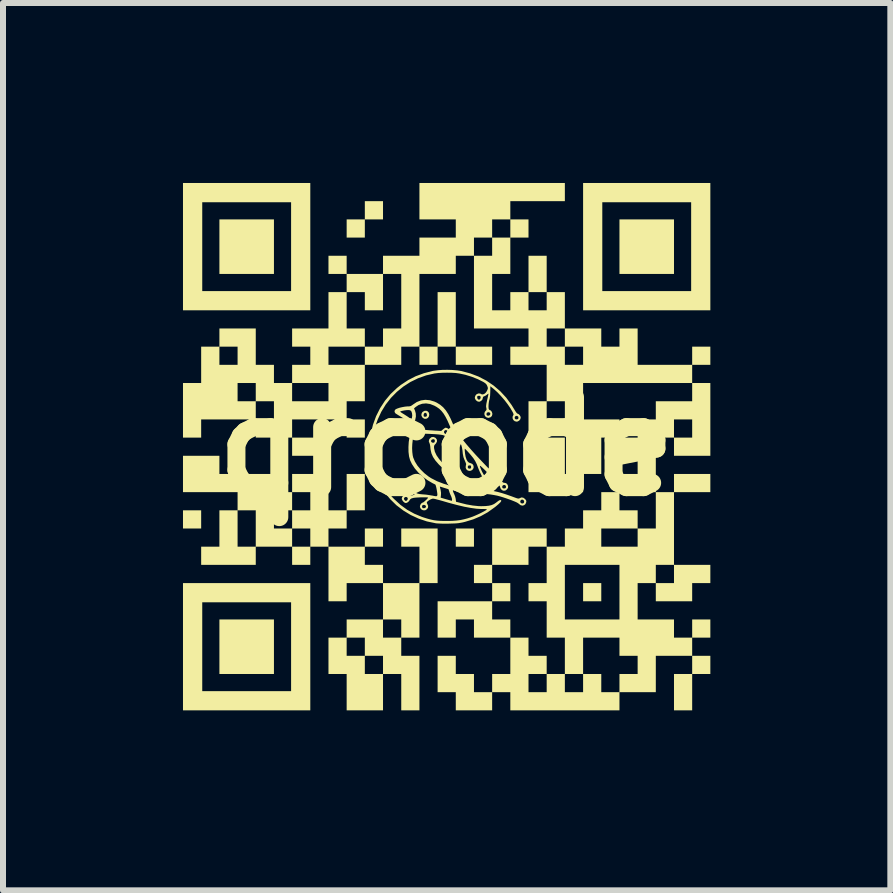
<source format=kicad_pcb>
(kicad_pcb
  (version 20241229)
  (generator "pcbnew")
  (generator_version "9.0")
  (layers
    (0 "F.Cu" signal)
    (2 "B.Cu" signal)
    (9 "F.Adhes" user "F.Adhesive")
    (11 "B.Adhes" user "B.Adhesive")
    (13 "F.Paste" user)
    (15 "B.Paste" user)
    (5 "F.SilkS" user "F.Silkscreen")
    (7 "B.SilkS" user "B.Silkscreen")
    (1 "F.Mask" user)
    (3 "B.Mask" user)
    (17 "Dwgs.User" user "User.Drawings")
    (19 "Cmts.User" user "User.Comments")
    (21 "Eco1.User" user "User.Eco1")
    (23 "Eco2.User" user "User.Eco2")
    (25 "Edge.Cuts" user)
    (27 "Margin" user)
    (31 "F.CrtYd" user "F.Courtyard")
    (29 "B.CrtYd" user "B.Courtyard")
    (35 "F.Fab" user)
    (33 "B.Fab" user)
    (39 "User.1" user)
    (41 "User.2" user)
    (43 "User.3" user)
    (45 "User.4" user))
  (footprint "qrcode"
    (layer "F.Cu")
    (at 4.391 4.391)
    (property "Reference" "qrcode" (at 0 0 0) (layer "F.SilkS") (effects (font (size 1.5 1.5) (thickness 0.3))))
    (attr board_only exclude_from_pos_files exclude_from_bom)
    (fp_poly (pts (xy -4.088 1.217) (xy -4.088 1.368) (xy -4.239 1.368) (xy -4.391 1.368) (xy -4.391 1.217) (xy -4.391 1.065) (xy -4.239 1.065) (xy -4.088 1.065)) (stroke (width 0) (type solid)) (fill yes) (layer "F.SilkS"))
    (fp_poly (pts (xy -2.875 -3.33) (xy -2.875 -2.875) (xy -3.33 -2.875) (xy -3.784 -2.875) (xy -3.784 -3.33) (xy -3.784 -3.784) (xy -3.33 -3.784) (xy -2.875 -3.784)) (stroke (width 0) (type solid)) (fill yes) (layer "F.SilkS"))
    (fp_poly (pts (xy -2.875 3.338) (xy -2.875 3.793) (xy -3.33 3.793) (xy -3.784 3.793) (xy -3.784 3.338) (xy -3.784 2.884) (xy -3.33 2.884) (xy -2.875 2.884)) (stroke (width 0) (type solid)) (fill yes) (layer "F.SilkS"))
    (fp_poly (pts (xy -1.966 0.004) (xy -1.966 0.156) (xy -2.269 0.156) (xy -2.572 0.156) (xy -2.572 0.004) (xy -2.572 -0.147) (xy -2.269 -0.147) (xy -1.966 -0.147)) (stroke (width 0) (type solid)) (fill yes) (layer "F.SilkS"))
    (fp_poly (pts (xy -1.36 -0.299) (xy -1.36 -0.147) (xy -1.511 -0.147) (xy -1.663 -0.147) (xy -1.663 -0.299) (xy -1.663 -0.45) (xy -1.511 -0.45) (xy -1.36 -0.45)) (stroke (width 0) (type solid)) (fill yes) (layer "F.SilkS"))
    (fp_poly (pts (xy 0.459 1.52) (xy 0.459 1.671) (xy 0.307 1.671) (xy 0.156 1.671) (xy 0.156 1.52) (xy 0.156 1.368) (xy 0.307 1.368) (xy 0.459 1.368)) (stroke (width 0) (type solid)) (fill yes) (layer "F.SilkS"))
    (fp_poly (pts (xy 0.762 -1.511) (xy 0.762 -1.36) (xy 0.459 -1.36) (xy 0.156 -1.36) (xy 0.156 -1.511) (xy 0.156 -1.663) (xy 0.459 -1.663) (xy 0.762 -1.663)) (stroke (width 0) (type solid)) (fill yes) (layer "F.SilkS"))
    (fp_poly (pts (xy 2.581 2.429) (xy 2.581 2.581) (xy 2.429 2.581) (xy 2.278 2.581) (xy 2.278 2.429) (xy 2.278 2.278) (xy 2.429 2.278) (xy 2.581 2.278)) (stroke (width 0) (type solid)) (fill yes) (layer "F.SilkS"))
    (fp_poly (pts (xy 3.793 -3.33) (xy 3.793 -2.875) (xy 3.338 -2.875) (xy 2.884 -2.875) (xy 2.884 -3.33) (xy 2.884 -3.784) (xy 3.338 -3.784) (xy 3.793 -3.784)) (stroke (width 0) (type solid)) (fill yes) (layer "F.SilkS"))
    (fp_poly (pts (xy -1.057 -3.936) (xy -1.057 -3.784) (xy -1.208 -3.784) (xy -1.36 -3.784) (xy -1.36 -3.633) (xy -1.36 -3.481) (xy -1.511 -3.481) (xy -1.663 -3.481) (xy -1.663 -3.633) (xy -1.663 -3.784) (xy -1.511 -3.784) (xy -1.36 -3.784) (xy -1.36 -3.936) (xy -1.36 -4.088) (xy -1.208 -4.088) (xy -1.057 -4.088)) (stroke (width 0) (type solid)) (fill yes) (layer "F.SilkS"))
    (fp_poly (pts (xy 4.399 3.642) (xy 4.399 3.793) (xy 4.248 3.793) (xy 4.096 3.793) (xy 4.096 4.096) (xy 4.096 4.399) (xy 3.945 4.399) (xy 3.793 4.399) (xy 3.793 4.096) (xy 3.793 3.793) (xy 3.945 3.793) (xy 4.096 3.793) (xy 4.096 3.642) (xy 4.096 3.49) (xy 4.248 3.49) (xy 4.399 3.49)) (stroke (width 0) (type solid)) (fill yes) (layer "F.SilkS"))
    (fp_poly (pts (xy -2.269 -3.33) (xy -2.269 -2.269) (xy -3.33 -2.269) (xy -4.391 -2.269) (xy -4.391 -3.33) (xy -4.07 -3.33) (xy -4.07 -2.589) (xy -3.33 -2.589) (xy -2.589 -2.589) (xy -2.589 -3.33) (xy -2.589 -4.07) (xy -3.33 -4.07) (xy -4.07 -4.07) (xy -4.07 -3.33) (xy -4.391 -3.33) (xy -4.391 -4.391) (xy -3.33 -4.391) (xy -2.269 -4.391)) (stroke (width 0) (type solid)) (fill yes) (layer "F.SilkS"))
    (fp_poly (pts (xy -2.269 3.338) (xy -2.269 4.399) (xy -3.33 4.399) (xy -4.391 4.399) (xy -4.391 3.338) (xy -4.07 3.338) (xy -4.07 4.079) (xy -3.33 4.079) (xy -2.589 4.079) (xy -2.589 3.338) (xy -2.589 2.598) (xy -3.33 2.598) (xy -4.07 2.598) (xy -4.07 3.338) (xy -4.391 3.338) (xy -4.391 2.278) (xy -3.33 2.278) (xy -2.269 2.278)) (stroke (width 0) (type solid)) (fill yes) (layer "F.SilkS"))
    (fp_poly (pts (xy 4.399 -3.33) (xy 4.399 -2.269) (xy 3.338 -2.269) (xy 2.278 -2.269) (xy 2.278 -3.33) (xy 2.598 -3.33) (xy 2.598 -2.589) (xy 3.338 -2.589) (xy 4.079 -2.589) (xy 4.079 -3.33) (xy 4.079 -4.07) (xy 3.338 -4.07) (xy 2.598 -4.07) (xy 2.598 -3.33) (xy 2.278 -3.33) (xy 2.278 -4.391) (xy 3.338 -4.391) (xy 4.399 -4.391)) (stroke (width 0) (type solid)) (fill yes) (layer "F.SilkS"))
    (fp_poly (pts (xy 1.065 2.429) (xy 1.065 2.581) (xy 0.914 2.581) (xy 0.762 2.581) (xy 0.762 2.732) (xy 0.762 2.884) (xy 0.914 2.884) (xy 1.065 2.884) (xy 1.065 3.035) (xy 1.065 3.187) (xy 0.762 3.187) (xy 0.459 3.187) (xy 0.459 3.035) (xy 0.459 2.884) (xy 0.307 2.884) (xy 0.156 2.884) (xy 0.156 3.035) (xy 0.156 3.187) (xy 0.004 3.187) (xy -0.147 3.187) (xy -0.147 2.884) (xy -0.147 2.581) (xy 0.307 2.581) (xy 0.762 2.581) (xy 0.762 2.429) (xy 0.762 2.278) (xy 0.914 2.278) (xy 1.065 2.278)) (stroke (width 0) (type solid)) (fill yes) (layer "F.SilkS"))
    (fp_poly (pts (xy -0.31 -0.583) (xy -0.292 -0.56) (xy -0.286 -0.529) (xy -0.293 -0.497) (xy -0.311 -0.474) (xy -0.336 -0.461) (xy -0.364 -0.46) (xy -0.391 -0.474) (xy -0.398 -0.481) (xy -0.416 -0.51) (xy -0.416 -0.517) (xy -0.381 -0.517) (xy -0.376 -0.5) (xy -0.375 -0.499) (xy -0.362 -0.495) (xy -0.347 -0.495) (xy -0.331 -0.501) (xy -0.325 -0.515) (xy -0.325 -0.523) (xy -0.33 -0.546) (xy -0.343 -0.559) (xy -0.36 -0.559) (xy -0.367 -0.555) (xy -0.378 -0.538) (xy -0.381 -0.517) (xy -0.416 -0.517) (xy -0.417 -0.54) (xy -0.403 -0.569) (xy -0.395 -0.577) (xy -0.366 -0.593) (xy -0.336 -0.595)) (stroke (width 0) (type solid)) (fill yes) (layer "F.SilkS"))
    (fp_poly (pts (xy -3.784 0.307) (xy -3.784 0.459) (xy -3.33 0.459) (xy -2.875 0.459) (xy -2.875 0.611) (xy -2.875 0.762) (xy -2.724 0.762) (xy -2.572 0.762) (xy -2.572 0.611) (xy -2.572 0.459) (xy -2.269 0.459) (xy -1.966 0.459) (xy -1.966 0.762) (xy -1.966 1.065) (xy -1.814 1.065) (xy -1.663 1.065) (xy -1.663 0.762) (xy -1.663 0.459) (xy -1.511 0.459) (xy -1.36 0.459) (xy -1.36 0.762) (xy -1.36 1.065) (xy -1.511 1.065) (xy -1.663 1.065) (xy -1.663 1.217) (xy -1.663 1.368) (xy -1.814 1.368) (xy -1.966 1.368) (xy -1.966 1.52) (xy -1.966 1.671) (xy -1.663 1.671) (xy -1.36 1.671) (xy -1.36 1.52) (xy -1.36 1.368) (xy -1.208 1.368) (xy -1.057 1.368) (xy -1.057 1.52) (xy -1.057 1.671) (xy -1.208 1.671) (xy -1.36 1.671) (xy -1.36 1.823) (xy -1.36 1.974) (xy -1.208 1.974) (xy -1.057 1.974) (xy -1.057 2.126) (xy -1.057 2.278) (xy -0.753 2.278) (xy -0.45 2.278) (xy -0.45 1.974) (xy -0.45 1.671) (xy -0.602 1.671) (xy -0.753 1.671) (xy -0.753 1.52) (xy -0.753 1.368) (xy -0.45 1.368) (xy -0.147 1.368) (xy -0.147 1.823) (xy -0.147 2.278) (xy -0.299 2.278) (xy -0.45 2.278) (xy -0.45 2.732) (xy -0.45 3.187) (xy -0.602 3.187) (xy -0.753 3.187) (xy -0.753 3.338) (xy -0.753 3.49) (xy -0.602 3.49) (xy -0.45 3.49) (xy -0.45 3.945) (xy -0.45 4.399) (xy -0.602 4.399) (xy -0.753 4.399) (xy -0.753 4.096) (xy -0.753 3.793) (xy -0.905 3.793) (xy -1.057 3.793) (xy -1.057 4.096) (xy -1.057 4.399) (xy -1.36 4.399) (xy -1.663 4.399) (xy -1.663 4.096) (xy -1.663 3.793) (xy -1.814 3.793) (xy -1.966 3.793) (xy -1.966 3.642) (xy -1.36 3.642) (xy -1.36 3.793) (xy -1.208 3.793) (xy -1.057 3.793) (xy -1.057 3.642) (xy -1.057 3.49) (xy -1.208 3.49) (xy -1.36 3.49) (xy -1.36 3.642) (xy -1.966 3.642) (xy -1.966 3.49) (xy -1.966 3.338) (xy -1.663 3.338) (xy -1.663 3.49) (xy -1.511 3.49) (xy -1.36 3.49) (xy -1.36 3.338) (xy -1.36 3.187) (xy -1.511 3.187) (xy -1.663 3.187) (xy -1.663 3.338) (xy -1.966 3.338) (xy -1.966 3.187) (xy -1.814 3.187) (xy -1.663 3.187) (xy -1.663 3.035) (xy -1.057 3.035) (xy -1.057 3.187) (xy -0.905 3.187) (xy -0.753 3.187) (xy -0.753 3.035) (xy -0.753 2.884) (xy -0.905 2.884) (xy -1.057 2.884) (xy -1.057 3.035) (xy -1.663 3.035) (xy -1.663 2.884) (xy -1.36 2.884) (xy -1.057 2.884) (xy -1.057 2.581) (xy -1.057 2.278) (xy -1.36 2.278) (xy -1.663 2.278) (xy -1.663 2.429) (xy -1.663 2.581) (xy -1.814 2.581) (xy -1.966 2.581) (xy -1.966 2.126) (xy -1.966 1.671) (xy -2.117 1.671) (xy -2.269 1.671) (xy -2.269 1.823) (xy -2.269 1.974) (xy -2.42 1.974) (xy -2.572 1.974) (xy -2.572 1.823) (xy -2.572 1.671) (xy -2.875 1.671) (xy -3.178 1.671) (xy -3.178 1.823) (xy -3.178 1.974) (xy -3.633 1.974) (xy -4.088 1.974) (xy -4.088 1.823) (xy -4.088 1.671) (xy -3.936 1.671) (xy -3.784 1.671) (xy -3.784 1.368) (xy -3.481 1.368) (xy -3.481 1.671) (xy -3.33 1.671) (xy -3.178 1.671) (xy -3.178 1.52) (xy -2.572 1.52) (xy -2.572 1.671) (xy -2.42 1.671) (xy -2.269 1.671) (xy -2.269 1.52) (xy -2.269 1.368) (xy -2.42 1.368) (xy -2.572 1.368) (xy -2.572 1.52) (xy -3.178 1.52) (xy -3.178 1.368) (xy -3.178 1.065) (xy -2.875 1.065) (xy -2.875 1.217) (xy -2.875 1.368) (xy -2.724 1.368) (xy -2.572 1.368) (xy -2.572 1.217) (xy -2.572 1.065) (xy -2.42 1.065) (xy -2.269 1.065) (xy -2.269 0.914) (xy -2.269 0.762) (xy -2.42 0.762) (xy -2.572 0.762) (xy -2.572 0.914) (xy -2.572 1.065) (xy -2.724 1.065) (xy -2.875 1.065) (xy -3.178 1.065) (xy -3.33 1.065) (xy -3.481 1.065) (xy -3.481 1.368) (xy -3.784 1.368) (xy -3.784 1.065) (xy -3.633 1.065) (xy -3.481 1.065) (xy -3.481 0.914) (xy -3.481 0.762) (xy -3.936 0.762) (xy -4.391 0.762) (xy -4.391 0.459) (xy -4.391 0.156) (xy -4.088 0.156) (xy -3.784 0.156)) (stroke (width 0) (type solid)) (fill yes) (layer "F.SilkS"))
    (fp_poly (pts (xy 1.974 -4.239) (xy 1.974 -4.088) (xy 1.52 -4.088) (xy 1.065 -4.088) (xy 1.065 -3.936) (xy 1.065 -3.784) (xy 0.914 -3.784) (xy 0.762 -3.784) (xy 0.762 -3.633) (xy 0.762 -3.481) (xy 0.611 -3.481) (xy 0.459 -3.481) (xy 0.459 -3.33) (xy 0.459 -3.178) (xy 0.611 -3.178) (xy 0.762 -3.178) (xy 0.762 -3.33) (xy 0.762 -3.481) (xy 0.914 -3.481) (xy 1.065 -3.481) (xy 1.065 -3.633) (xy 1.065 -3.784) (xy 1.217 -3.784) (xy 1.368 -3.784) (xy 1.368 -3.633) (xy 1.368 -3.481) (xy 1.217 -3.481) (xy 1.065 -3.481) (xy 1.065 -3.178) (xy 1.065 -2.875) (xy 0.914 -2.875) (xy 0.762 -2.875) (xy 0.762 -2.572) (xy 0.762 -2.269) (xy 0.914 -2.269) (xy 1.065 -2.269) (xy 1.065 -2.42) (xy 1.065 -2.572) (xy 1.217 -2.572) (xy 1.368 -2.572) (xy 1.368 -2.875) (xy 1.368 -3.178) (xy 1.52 -3.178) (xy 1.671 -3.178) (xy 1.671 -2.875) (xy 1.671 -2.572) (xy 1.52 -2.572) (xy 1.368 -2.572) (xy 1.368 -2.42) (xy 1.368 -2.269) (xy 1.52 -2.269) (xy 1.671 -2.269) (xy 1.671 -2.42) (xy 1.671 -2.572) (xy 1.823 -2.572) (xy 1.974 -2.572) (xy 1.974 -2.269) (xy 1.974 -1.966) (xy 1.823 -1.966) (xy 1.671 -1.966) (xy 1.671 -1.814) (xy 1.671 -1.663) (xy 1.823 -1.663) (xy 1.974 -1.663) (xy 1.974 -1.814) (xy 1.974 -1.966) (xy 2.278 -1.966) (xy 2.581 -1.966) (xy 2.581 -1.814) (xy 2.581 -1.663) (xy 2.732 -1.663) (xy 2.884 -1.663) (xy 2.884 -1.814) (xy 2.884 -1.966) (xy 3.035 -1.966) (xy 3.187 -1.966) (xy 3.187 -1.663) (xy 3.187 -1.36) (xy 3.642 -1.36) (xy 4.096 -1.36) (xy 4.096 -1.511) (xy 4.096 -1.663) (xy 4.248 -1.663) (xy 4.399 -1.663) (xy 4.399 -1.511) (xy 4.399 -1.36) (xy 4.248 -1.36) (xy 4.096 -1.36) (xy 4.096 -1.208) (xy 4.096 -1.057) (xy 3.187 -1.057) (xy 2.278 -1.057) (xy 2.278 -0.753) (xy 2.278 -0.45) (xy 2.126 -0.45) (xy 1.974 -0.45) (xy 1.974 -0.602) (xy 1.974 -0.753) (xy 1.823 -0.753) (xy 1.671 -0.753) (xy 1.671 -0.45) (xy 1.671 -0.147) (xy 1.823 -0.147) (xy 1.974 -0.147) (xy 1.974 0.156) (xy 1.974 0.459) (xy 2.126 0.459) (xy 2.278 0.459) (xy 2.278 0.004) (xy 2.278 -0.45) (xy 2.581 -0.45) (xy 2.884 -0.45) (xy 2.884 -0.299) (xy 2.884 -0.147) (xy 3.035 -0.147) (xy 3.187 -0.147) (xy 3.187 -0.299) (xy 3.793 -0.299) (xy 3.793 -0.147) (xy 3.945 -0.147) (xy 4.096 -0.147) (xy 4.096 -0.299) (xy 4.096 -0.45) (xy 3.945 -0.45) (xy 3.793 -0.45) (xy 3.793 -0.299) (xy 3.187 -0.299) (xy 3.187 -0.45) (xy 3.338 -0.45) (xy 3.49 -0.45) (xy 3.49 -0.602) (xy 3.49 -0.753) (xy 3.793 -0.753) (xy 4.096 -0.753) (xy 4.096 -0.905) (xy 4.096 -1.057) (xy 4.248 -1.057) (xy 4.399 -1.057) (xy 4.399 -0.45) (xy 4.399 0.156) (xy 4.096 0.156) (xy 3.793 0.156) (xy 3.793 0.004) (xy 3.793 -0.147) (xy 3.642 -0.147) (xy 3.49 -0.147) (xy 3.49 0.307) (xy 3.49 0.762) (xy 3.642 0.762) (xy 3.793 0.762) (xy 3.793 0.611) (xy 3.793 0.459) (xy 4.096 0.459) (xy 4.399 0.459) (xy 4.399 0.611) (xy 4.399 0.762) (xy 4.096 0.762) (xy 3.793 0.762) (xy 3.793 1.368) (xy 3.793 1.974) (xy 3.642 1.974) (xy 3.49 1.974) (xy 3.49 2.126) (xy 3.49 2.278) (xy 3.642 2.278) (xy 3.793 2.278) (xy 3.793 2.126) (xy 3.793 1.974) (xy 4.096 1.974) (xy 4.399 1.974) (xy 4.399 2.126) (xy 4.399 2.278) (xy 4.248 2.278) (xy 4.096 2.278) (xy 4.096 2.429) (xy 4.096 2.581) (xy 3.793 2.581) (xy 3.49 2.581) (xy 3.49 2.429) (xy 3.49 2.278) (xy 3.338 2.278) (xy 3.187 2.278) (xy 3.187 2.581) (xy 3.187 2.884) (xy 3.49 2.884) (xy 3.793 2.884) (xy 3.793 3.035) (xy 3.793 3.187) (xy 3.945 3.187) (xy 4.096 3.187) (xy 4.096 3.035) (xy 4.096 2.884) (xy 4.248 2.884) (xy 4.399 2.884) (xy 4.399 3.035) (xy 4.399 3.187) (xy 4.248 3.187) (xy 4.096 3.187) (xy 4.096 3.338) (xy 4.096 3.49) (xy 3.793 3.49) (xy 3.49 3.49) (xy 3.49 3.793) (xy 3.49 4.096) (xy 3.187 4.096) (xy 2.884 4.096) (xy 2.884 4.248) (xy 2.884 4.399) (xy 1.974 4.399) (xy 1.065 4.399) (xy 1.065 4.248) (xy 1.065 4.096) (xy 0.914 4.096) (xy 0.762 4.096) (xy 0.762 4.248) (xy 0.762 4.399) (xy 0.459 4.399) (xy 0.156 4.399) (xy 0.156 4.248) (xy 0.156 4.096) (xy 0.004 4.096) (xy -0.147 4.096) (xy -0.147 3.793) (xy -0.147 3.49) (xy 0.004 3.49) (xy 0.156 3.49) (xy 0.156 3.642) (xy 0.156 3.793) (xy 0.307 3.793) (xy 0.459 3.793) (xy 0.459 3.945) (xy 0.459 4.096) (xy 0.611 4.096) (xy 0.762 4.096) (xy 0.762 3.945) (xy 0.762 3.793) (xy 0.914 3.793) (xy 1.065 3.793) (xy 1.065 3.49) (xy 1.065 3.187) (xy 1.217 3.187) (xy 1.368 3.187) (xy 1.368 3.338) (xy 1.368 3.49) (xy 1.52 3.49) (xy 1.671 3.49) (xy 1.671 3.642) (xy 1.671 3.793) (xy 1.52 3.793) (xy 1.368 3.793) (xy 1.368 3.945) (xy 1.368 4.096) (xy 1.52 4.096) (xy 1.671 4.096) (xy 1.671 3.945) (xy 1.671 3.793) (xy 1.823 3.793) (xy 1.974 3.793) (xy 1.974 3.945) (xy 1.974 4.096) (xy 2.126 4.096) (xy 2.278 4.096) (xy 2.278 3.945) (xy 2.278 3.793) (xy 2.429 3.793) (xy 2.581 3.793) (xy 2.581 3.945) (xy 2.581 4.096) (xy 2.732 4.096) (xy 2.884 4.096) (xy 2.884 3.945) (xy 2.884 3.793) (xy 3.035 3.793) (xy 3.187 3.793) (xy 3.187 3.642) (xy 3.187 3.49) (xy 3.035 3.49) (xy 2.884 3.49) (xy 2.884 3.338) (xy 2.884 3.187) (xy 2.581 3.187) (xy 2.278 3.187) (xy 2.278 3.49) (xy 2.278 3.793) (xy 2.126 3.793) (xy 1.974 3.793) (xy 1.974 3.49) (xy 1.974 3.187) (xy 1.823 3.187) (xy 1.671 3.187) (xy 1.671 2.884) (xy 1.671 2.581) (xy 1.52 2.581) (xy 1.368 2.581) (xy 1.368 2.429) (xy 1.974 2.429) (xy 1.974 2.884) (xy 2.429 2.884) (xy 2.884 2.884) (xy 2.884 2.429) (xy 2.884 1.974) (xy 2.429 1.974) (xy 1.974 1.974) (xy 1.974 2.429) (xy 1.368 2.429) (xy 1.368 2.278) (xy 1.52 2.278) (xy 1.671 2.278) (xy 1.671 1.974) (xy 1.671 1.671) (xy 1.52 1.671) (xy 1.368 1.671) (xy 1.368 1.823) (xy 1.368 1.974) (xy 1.065 1.974) (xy 0.762 1.974) (xy 0.762 2.126) (xy 0.762 2.278) (xy 0.611 2.278) (xy 0.459 2.278) (xy 0.459 2.126) (xy 0.459 1.974) (xy 0.611 1.974) (xy 0.762 1.974) (xy 0.762 1.671) (xy 0.762 1.368) (xy 1.217 1.368) (xy 1.671 1.368) (xy 1.671 1.52) (xy 1.671 1.671) (xy 1.823 1.671) (xy 1.974 1.671) (xy 1.974 1.52) (xy 1.974 1.368) (xy 2.126 1.368) (xy 2.278 1.368) (xy 2.581 1.368) (xy 2.581 1.52) (xy 2.581 1.671) (xy 2.884 1.671) (xy 3.187 1.671) (xy 3.187 1.52) (xy 3.187 1.368) (xy 3.338 1.368) (xy 3.49 1.368) (xy 3.49 1.065) (xy 3.49 0.762) (xy 3.187 0.762) (xy 2.884 0.762) (xy 2.884 0.914) (xy 2.884 1.065) (xy 3.035 1.065) (xy 3.187 1.065) (xy 3.187 1.217) (xy 3.187 1.368) (xy 2.884 1.368) (xy 2.581 1.368) (xy 2.278 1.368) (xy 2.278 1.217) (xy 2.278 1.065) (xy 2.429 1.065) (xy 2.581 1.065) (xy 2.581 0.914) (xy 2.581 0.762) (xy 2.732 0.762) (xy 2.884 0.762) (xy 2.884 0.611) (xy 2.884 0.459) (xy 3.035 0.459) (xy 3.187 0.459) (xy 3.187 0.307) (xy 3.187 0.156) (xy 3.035 0.156) (xy 2.884 0.156) (xy 2.884 0.004) (xy 2.884 -0.147) (xy 2.732 -0.147) (xy 2.581 -0.147) (xy 2.581 0.156) (xy 2.581 0.459) (xy 2.429 0.459) (xy 2.278 0.459) (xy 2.278 0.611) (xy 2.278 0.762) (xy 1.823 0.762) (xy 1.368 0.762) (xy 1.368 0.004) (xy 1.368 -0.753) (xy 1.52 -0.753) (xy 1.671 -0.753) (xy 1.671 -1.057) (xy 1.671 -1.36) (xy 1.368 -1.36) (xy 1.065 -1.36) (xy 1.065 -1.511) (xy 1.974 -1.511) (xy 1.974 -1.36) (xy 2.126 -1.36) (xy 2.278 -1.36) (xy 2.278 -1.511) (xy 2.278 -1.663) (xy 2.126 -1.663) (xy 1.974 -1.663) (xy 1.974 -1.511) (xy 1.065 -1.511) (xy 1.065 -1.663) (xy 1.217 -1.663) (xy 1.368 -1.663) (xy 1.368 -1.814) (xy 1.368 -1.966) (xy 0.914 -1.966) (xy 0.459 -1.966) (xy 0.459 -2.572) (xy 0.459 -3.178) (xy 0.307 -3.178) (xy 0.156 -3.178) (xy 0.156 -3.027) (xy 0.156 -2.875) (xy -0.147 -2.875) (xy -0.45 -2.875) (xy -0.45 -2.269) (xy -0.45 -1.663) (xy -0.299 -1.663) (xy -0.147 -1.663) (xy -0.147 -2.117) (xy -0.147 -2.572) (xy 0.004 -2.572) (xy 0.156 -2.572) (xy 0.156 -2.117) (xy 0.156 -1.663) (xy 0.004 -1.663) (xy -0.147 -1.663) (xy -0.147 -1.511) (xy -0.147 -1.36) (xy -0.299 -1.36) (xy -0.45 -1.36) (xy -0.45 -1.511) (xy -0.45 -1.663) (xy -0.602 -1.663) (xy -0.753 -1.663) (xy -0.753 -1.511) (xy -0.753 -1.36) (xy -1.057 -1.36) (xy -1.36 -1.36) (xy -1.36 -1.057) (xy -1.36 -0.753) (xy -1.511 -0.753) (xy -1.663 -0.753) (xy -1.663 -0.602) (xy -1.663 -0.45) (xy -2.117 -0.45) (xy -2.572 -0.45) (xy -2.572 -0.299) (xy -2.572 -0.147) (xy -2.875 -0.147) (xy -3.178 -0.147) (xy -3.178 -0.299) (xy -3.178 -0.45) (xy -3.633 -0.45) (xy -4.088 -0.45) (xy -4.088 -0.299) (xy -4.088 -0.147) (xy -4.239 -0.147) (xy -4.391 -0.147) (xy -4.391 -0.602) (xy -3.178 -0.602) (xy -3.178 -0.45) (xy -3.027 -0.45) (xy -2.875 -0.45) (xy -2.875 -0.602) (xy -2.875 -0.753) (xy -3.027 -0.753) (xy -3.178 -0.753) (xy -3.178 -0.602) (xy -4.391 -0.602) (xy -4.391 -0.905) (xy -3.481 -0.905) (xy -3.481 -0.753) (xy -3.33 -0.753) (xy -3.178 -0.753) (xy -3.178 -0.905) (xy -2.572 -0.905) (xy -2.572 -0.753) (xy -2.269 -0.753) (xy -1.966 -0.753) (xy -1.966 -0.905) (xy -1.966 -1.057) (xy -2.269 -1.057) (xy -2.572 -1.057) (xy -2.572 -0.905) (xy -3.178 -0.905) (xy -3.178 -1.057) (xy -3.33 -1.057) (xy -3.481 -1.057) (xy -3.481 -0.905) (xy -4.391 -0.905) (xy -4.391 -1.057) (xy -4.239 -1.057) (xy -4.088 -1.057) (xy -4.088 -1.36) (xy -4.088 -1.511) (xy -3.784 -1.511) (xy -3.784 -1.36) (xy -3.633 -1.36) (xy -3.481 -1.36) (xy -3.481 -1.511) (xy -3.481 -1.663) (xy -3.633 -1.663) (xy -3.784 -1.663) (xy -3.784 -1.511) (xy -4.088 -1.511) (xy -4.088 -1.663) (xy -3.936 -1.663) (xy -3.784 -1.663) (xy -3.784 -1.814) (xy -3.784 -1.966) (xy -3.481 -1.966) (xy -3.178 -1.966) (xy -3.178 -1.663) (xy -3.178 -1.36) (xy -3.027 -1.36) (xy -2.875 -1.36) (xy -2.875 -1.208) (xy -2.875 -1.057) (xy -2.724 -1.057) (xy -2.572 -1.057) (xy -2.572 -1.208) (xy -2.572 -1.36) (xy -2.42 -1.36) (xy -2.269 -1.36) (xy -2.269 -1.511) (xy -2.269 -1.663) (xy -1.966 -1.663) (xy -1.966 -1.511) (xy -1.966 -1.36) (xy -1.663 -1.36) (xy -1.36 -1.36) (xy -1.36 -1.511) (xy -1.36 -1.663) (xy -1.208 -1.663) (xy -1.057 -1.663) (xy -1.057 -1.814) (xy -1.057 -1.966) (xy -0.905 -1.966) (xy -0.753 -1.966) (xy -0.753 -2.42) (xy -0.753 -2.875) (xy -0.905 -2.875) (xy -1.057 -2.875) (xy -1.057 -2.572) (xy -1.057 -2.269) (xy -1.208 -2.269) (xy -1.36 -2.269) (xy -1.36 -2.42) (xy -1.36 -2.572) (xy -1.511 -2.572) (xy -1.663 -2.572) (xy -1.663 -2.269) (xy -1.663 -1.966) (xy -1.511 -1.966) (xy -1.36 -1.966) (xy -1.36 -1.814) (xy -1.36 -1.663) (xy -1.663 -1.663) (xy -1.966 -1.663) (xy -2.269 -1.663) (xy -2.42 -1.663) (xy -2.572 -1.663) (xy -2.572 -1.814) (xy -2.572 -1.966) (xy -2.269 -1.966) (xy -1.966 -1.966) (xy -1.966 -2.269) (xy -1.966 -2.572) (xy -1.814 -2.572) (xy -1.663 -2.572) (xy -1.663 -2.724) (xy -1.663 -2.875) (xy -1.814 -2.875) (xy -1.966 -2.875) (xy -1.966 -3.027) (xy -1.966 -3.178) (xy -1.814 -3.178) (xy -1.663 -3.178) (xy -1.663 -3.027) (xy -1.663 -2.875) (xy -1.36 -2.875) (xy -1.057 -2.875) (xy -1.057 -3.027) (xy -1.057 -3.178) (xy -0.753 -3.178) (xy -0.45 -3.178) (xy -0.45 -3.33) (xy -0.45 -3.481) (xy -0.147 -3.481) (xy 0.156 -3.481) (xy 0.156 -3.633) (xy 0.156 -3.784) (xy -0.147 -3.784) (xy -0.45 -3.784) (xy -0.45 -4.088) (xy -0.45 -4.391) (xy 0.762 -4.391) (xy 1.974 -4.391)) (stroke (width 0) (type solid)) (fill yes) (layer "F.SilkS"))
    (fp_poly (pts (xy 0.104 -1.274) (xy 0.183 -1.267) (xy 0.247 -1.257) (xy 0.394 -1.218) (xy 0.534 -1.165) (xy 0.665 -1.097) (xy 0.786 -1.015) (xy 0.897 -0.92) (xy 0.997 -0.812) (xy 1.085 -0.692) (xy 1.126 -0.625) (xy 1.152 -0.583) (xy 1.171 -0.557) (xy 1.185 -0.546) (xy 1.187 -0.546) (xy 1.204 -0.538) (xy 1.222 -0.52) (xy 1.235 -0.497) (xy 1.238 -0.48) (xy 1.231 -0.453) (xy 1.211 -0.429) (xy 1.184 -0.415) (xy 1.169 -0.413) (xy 1.14 -0.42) (xy 1.117 -0.439) (xy 1.104 -0.464) (xy 1.103 -0.477) (xy 1.137 -0.477) (xy 1.139 -0.468) (xy 1.15 -0.454) (xy 1.169 -0.45) (xy 1.191 -0.455) (xy 1.2 -0.468) (xy 1.2 -0.488) (xy 1.195 -0.498) (xy 1.177 -0.51) (xy 1.157 -0.508) (xy 1.142 -0.496) (xy 1.137 -0.477) (xy 1.103 -0.477) (xy 1.102 -0.493) (xy 1.112 -0.516) (xy 1.118 -0.527) (xy 1.118 -0.54) (xy 1.11 -0.56) (xy 1.102 -0.576) (xy 1.067 -0.636) (xy 1.021 -0.703) (xy 0.968 -0.772) (xy 0.909 -0.84) (xy 0.85 -0.902) (xy 0.792 -0.955) (xy 0.766 -0.976) (xy 0.732 -1.003) (xy 0.731 -0.915) (xy 0.728 -0.846) (xy 0.72 -0.792) (xy 0.716 -0.78) (xy 0.708 -0.745) (xy 0.703 -0.706) (xy 0.701 -0.666) (xy 0.703 -0.634) (xy 0.707 -0.62) (xy 0.717 -0.608) (xy 0.723 -0.606) (xy 0.74 -0.598) (xy 0.755 -0.579) (xy 0.764 -0.553) (xy 0.766 -0.54) (xy 0.758 -0.508) (xy 0.737 -0.487) (xy 0.706 -0.477) (xy 0.698 -0.476) (xy 0.668 -0.484) (xy 0.646 -0.502) (xy 0.634 -0.528) (xy 0.634 -0.541) (xy 0.667 -0.541) (xy 0.67 -0.523) (xy 0.682 -0.513) (xy 0.701 -0.512) (xy 0.719 -0.519) (xy 0.728 -0.529) (xy 0.732 -0.549) (xy 0.721 -0.565) (xy 0.7 -0.57) (xy 0.694 -0.57) (xy 0.674 -0.561) (xy 0.667 -0.541) (xy 0.634 -0.541) (xy 0.633 -0.557) (xy 0.645 -0.583) (xy 0.653 -0.591) (xy 0.665 -0.605) (xy 0.669 -0.62) (xy 0.665 -0.642) (xy 0.661 -0.661) (xy 0.662 -0.684) (xy 0.666 -0.714) (xy 0.675 -0.756) (xy 0.679 -0.775) (xy 0.688 -0.814) (xy 0.695 -0.847) (xy 0.7 -0.87) (xy 0.701 -0.879) (xy 0.696 -0.878) (xy 0.681 -0.868) (xy 0.675 -0.862) (xy 0.652 -0.846) (xy 0.63 -0.836) (xy 0.627 -0.835) (xy 0.611 -0.826) (xy 0.606 -0.807) (xy 0.606 -0.805) (xy 0.599 -0.781) (xy 0.579 -0.759) (xy 0.553 -0.746) (xy 0.541 -0.745) (xy 0.514 -0.752) (xy 0.49 -0.772) (xy 0.476 -0.798) (xy 0.473 -0.813) (xy 0.476 -0.824) (xy 0.512 -0.824) (xy 0.515 -0.802) (xy 0.527 -0.785) (xy 0.541 -0.779) (xy 0.556 -0.785) (xy 0.563 -0.792) (xy 0.57 -0.81) (xy 0.57 -0.824) (xy 0.564 -0.839) (xy 0.548 -0.844) (xy 0.541 -0.844) (xy 0.522 -0.841) (xy 0.513 -0.83) (xy 0.512 -0.824) (xy 0.476 -0.824) (xy 0.481 -0.844) (xy 0.501 -0.869) (xy 0.53 -0.882) (xy 0.542 -0.883) (xy 0.563 -0.881) (xy 0.576 -0.875) (xy 0.576 -0.875) (xy 0.59 -0.867) (xy 0.612 -0.868) (xy 0.635 -0.878) (xy 0.642 -0.883) (xy 0.66 -0.901) (xy 0.676 -0.927) (xy 0.679 -0.934) (xy 0.689 -0.958) (xy 0.691 -0.975) (xy 0.685 -0.995) (xy 0.681 -1.007) (xy 0.67 -1.029) (xy 0.655 -1.047) (xy 0.631 -1.065) (xy 0.613 -1.076) (xy 0.523 -1.121) (xy 0.423 -1.161) (xy 0.316 -1.194) (xy 0.213 -1.216) (xy 0.155 -1.224) (xy 0.086 -1.228) (xy 0.01 -1.229) (xy -0.066 -1.228) (xy -0.137 -1.224) (xy -0.198 -1.216) (xy -0.2 -1.216) (xy -0.339 -1.184) (xy -0.473 -1.136) (xy -0.6 -1.074) (xy -0.718 -0.998) (xy -0.827 -0.909) (xy -0.925 -0.809) (xy -1.012 -0.698) (xy -1.086 -0.577) (xy -1.146 -0.447) (xy -1.168 -0.385) (xy -1.195 -0.296) (xy -1.213 -0.212) (xy -1.224 -0.127) (xy -1.229 -0.035) (xy -1.23 0.009) (xy -1.224 0.144) (xy -1.204 0.271) (xy -1.171 0.393) (xy -1.124 0.514) (xy -1.1 0.564) (xy -1.057 0.645) (xy -1.011 0.716) (xy -0.959 0.784) (xy -0.897 0.852) (xy -0.87 0.879) (xy -0.765 0.975) (xy -0.654 1.056) (xy -0.536 1.121) (xy -0.41 1.174) (xy -0.387 1.182) (xy -0.32 1.203) (xy -0.262 1.219) (xy -0.208 1.23) (xy -0.152 1.237) (xy -0.091 1.241) (xy -0.019 1.242) (xy 0.009 1.242) (xy 0.092 1.241) (xy 0.163 1.236) (xy 0.228 1.228) (xy 0.29 1.215) (xy 0.355 1.198) (xy 0.404 1.182) (xy 0.441 1.169) (xy 0.484 1.151) (xy 0.531 1.13) (xy 0.577 1.108) (xy 0.617 1.087) (xy 0.649 1.069) (xy 0.665 1.059) (xy 0.672 1.052) (xy 0.673 1.048) (xy 0.666 1.045) (xy 0.648 1.044) (xy 0.618 1.043) (xy 0.578 1.043) (xy 0.499 1.038) (xy 0.405 1.025) (xy 0.297 1.005) (xy 0.175 0.976) (xy 0.04 0.94) (xy -0.022 0.922) (xy -0.066 0.909) (xy -0.116 0.895) (xy -0.159 0.884) (xy -0.193 0.875) (xy -0.216 0.871) (xy -0.232 0.871) (xy -0.248 0.876) (xy -0.263 0.882) (xy -0.289 0.897) (xy -0.311 0.913) (xy -0.316 0.917) (xy -0.326 0.931) (xy -0.327 0.943) (xy -0.318 0.961) (xy -0.305 0.992) (xy -0.307 1.019) (xy -0.321 1.042) (xy -0.345 1.061) (xy -0.373 1.066) (xy -0.401 1.06) (xy -0.425 1.043) (xy -0.439 1.017) (xy -0.442 0.999) (xy -0.441 0.997) (xy -0.407 0.997) (xy -0.404 1.018) (xy -0.392 1.028) (xy -0.373 1.03) (xy -0.353 1.023) (xy -0.346 1.017) (xy -0.34 0.999) (xy -0.348 0.984) (xy -0.367 0.975) (xy -0.378 0.974) (xy -0.399 0.98) (xy -0.407 0.997) (xy -0.441 0.997) (xy -0.436 0.976) (xy -0.422 0.954) (xy -0.404 0.939) (xy -0.392 0.935) (xy -0.382 0.93) (xy -0.365 0.916) (xy -0.345 0.898) (xy -0.325 0.879) (xy -0.311 0.863) (xy -0.305 0.853) (xy -0.305 0.852) (xy -0.317 0.85) (xy -0.341 0.848) (xy -0.375 0.848) (xy -0.415 0.848) (xy -0.456 0.85) (xy -0.495 0.852) (xy -0.528 0.855) (xy -0.551 0.858) (xy -0.582 0.867) (xy -0.6 0.878) (xy -0.611 0.893) (xy -0.631 0.92) (xy -0.656 0.938) (xy -0.678 0.944) (xy -0.698 0.937) (xy -0.719 0.919) (xy -0.736 0.896) (xy -0.745 0.874) (xy -0.745 0.871) (xy -0.744 0.868) (xy -0.708 0.868) (xy -0.705 0.884) (xy -0.692 0.9) (xy -0.678 0.909) (xy -0.675 0.909) (xy -0.664 0.904) (xy -0.654 0.895) (xy -0.643 0.875) (xy -0.649 0.855) (xy -0.66 0.845) (xy -0.68 0.842) (xy -0.699 0.851) (xy -0.708 0.868) (xy -0.744 0.868) (xy -0.737 0.843) (xy -0.718 0.821) (xy -0.69 0.809) (xy -0.661 0.808) (xy -0.636 0.818) (xy -0.623 0.825) (xy -0.608 0.826) (xy -0.585 0.821) (xy -0.573 0.817) (xy -0.529 0.804) (xy -0.558 0.779) (xy -0.581 0.763) (xy -0.603 0.754) (xy -0.609 0.753) (xy -0.634 0.746) (xy -0.652 0.726) (xy -0.663 0.7) (xy -0.664 0.683) (xy -0.632 0.683) (xy -0.625 0.704) (xy -0.609 0.716) (xy -0.589 0.717) (xy -0.572 0.706) (xy -0.566 0.687) (xy -0.572 0.667) (xy -0.586 0.655) (xy -0.605 0.654) (xy -0.623 0.665) (xy -0.632 0.681) (xy -0.632 0.683) (xy -0.664 0.683) (xy -0.665 0.672) (xy -0.654 0.647) (xy -0.65 0.641) (xy -0.622 0.623) (xy -0.593 0.619) (xy -0.566 0.627) (xy -0.544 0.645) (xy -0.532 0.671) (xy -0.532 0.702) (xy -0.535 0.712) (xy -0.541 0.733) (xy -0.536 0.748) (xy -0.527 0.759) (xy -0.509 0.774) (xy -0.485 0.785) (xy -0.453 0.793) (xy -0.408 0.798) (xy -0.379 0.8) (xy -0.335 0.804) (xy -0.287 0.811) (xy -0.246 0.818) (xy -0.242 0.818) (xy -0.204 0.826) (xy -0.179 0.83) (xy -0.164 0.829) (xy -0.156 0.824) (xy -0.152 0.813) (xy -0.151 0.81) (xy -0.151 0.795) (xy -0.154 0.769) (xy -0.159 0.737) (xy -0.165 0.703) (xy -0.172 0.671) (xy -0.173 0.67) (xy -0.11 0.67) (xy -0.108 0.678) (xy -0.104 0.698) (xy -0.098 0.719) (xy -0.09 0.77) (xy -0.091 0.81) (xy -0.096 0.854) (xy -0.003 0.881) (xy 0.091 0.907) (xy 0.094 0.887) (xy 0.091 0.867) (xy 0.083 0.841) (xy 0.08 0.834) (xy 0.067 0.805) (xy 0.053 0.771) (xy 0.049 0.757) (xy 0.034 0.713) (xy -0.037 0.691) (xy -0.069 0.681) (xy -0.094 0.673) (xy -0.108 0.67) (xy -0.11 0.67) (xy -0.173 0.67) (xy -0.179 0.648) (xy -0.184 0.637) (xy -0.192 0.632) (xy -0.212 0.622) (xy -0.234 0.611) (xy -0.317 0.562) (xy -0.395 0.504) (xy -0.466 0.438) (xy -0.527 0.367) (xy -0.575 0.294) (xy -0.606 0.229) (xy -0.623 0.166) (xy -0.632 0.092) (xy -0.633 0.01) (xy -0.628 -0.076) (xy -0.614 -0.162) (xy -0.598 -0.229) (xy -0.592 -0.25) (xy -0.039 -0.25) (xy -0.039 -0.229) (xy -0.027 -0.214) (xy -0.008 -0.208) (xy 0.011 -0.215) (xy 0.016 -0.218) (xy 0.025 -0.238) (xy 0.021 -0.258) (xy 0.009 -0.268) (xy -0.014 -0.273) (xy -0.032 -0.263) (xy -0.039 -0.25) (xy -0.592 -0.25) (xy -0.585 -0.278) (xy -0.58 -0.314) (xy -0.583 -0.343) (xy -0.595 -0.368) (xy -0.614 -0.392) (xy -0.635 -0.412) (xy -0.667 -0.436) (xy -0.705 -0.462) (xy -0.742 -0.484) (xy -0.779 -0.507) (xy -0.812 -0.527) (xy -0.837 -0.543) (xy -0.851 -0.552) (xy -0.851 -0.553) (xy -0.864 -0.574) (xy -0.864 -0.58) (xy -0.771 -0.58) (xy -0.764 -0.573) (xy -0.746 -0.56) (xy -0.719 -0.543) (xy -0.712 -0.539) (xy -0.679 -0.518) (xy -0.648 -0.498) (xy -0.625 -0.482) (xy -0.624 -0.481) (xy -0.601 -0.465) (xy -0.588 -0.46) (xy -0.58 -0.466) (xy -0.575 -0.478) (xy -0.57 -0.512) (xy -0.573 -0.548) (xy -0.582 -0.579) (xy -0.585 -0.584) (xy -0.599 -0.599) (xy -0.617 -0.605) (xy -0.636 -0.606) (xy -0.664 -0.605) (xy -0.696 -0.601) (xy -0.727 -0.595) (xy -0.752 -0.589) (xy -0.768 -0.583) (xy -0.771 -0.58) (xy -0.864 -0.58) (xy -0.863 -0.597) (xy -0.848 -0.618) (xy -0.845 -0.62) (xy -0.818 -0.632) (xy -0.78 -0.645) (xy -0.736 -0.655) (xy -0.692 -0.663) (xy -0.652 -0.667) (xy -0.647 -0.667) (xy -0.615 -0.668) (xy -0.593 -0.674) (xy -0.572 -0.687) (xy -0.559 -0.697) (xy -0.494 -0.74) (xy -0.424 -0.767) (xy -0.351 -0.777) (xy -0.276 -0.77) (xy -0.199 -0.747) (xy -0.16 -0.729) (xy -0.105 -0.695) (xy -0.055 -0.653) (xy -0.01 -0.601) (xy 0.031 -0.538) (xy 0.071 -0.461) (xy 0.111 -0.369) (xy 0.112 -0.365) (xy 0.131 -0.322) (xy 0.152 -0.281) (xy 0.177 -0.239) (xy 0.209 -0.193) (xy 0.249 -0.14) (xy 0.277 -0.105) (xy 0.338 -0.03) (xy 0.407 0.05) (xy 0.486 0.138) (xy 0.576 0.234) (xy 0.677 0.34) (xy 0.744 0.409) (xy 0.798 0.464) (xy 0.842 0.508) (xy 0.876 0.542) (xy 0.902 0.567) (xy 0.922 0.585) (xy 0.938 0.596) (xy 0.949 0.603) (xy 0.959 0.606) (xy 0.966 0.606) (xy 0.994 0.612) (xy 1.013 0.629) (xy 1.028 0.659) (xy 1.027 0.689) (xy 1.01 0.715) (xy 0.984 0.735) (xy 0.956 0.739) (xy 0.929 0.73) (xy 0.907 0.709) (xy 0.894 0.677) (xy 0.893 0.675) (xy 0.929 0.675) (xy 0.931 0.684) (xy 0.942 0.698) (xy 0.961 0.701) (xy 0.983 0.697) (xy 0.992 0.684) (xy 0.992 0.664) (xy 0.987 0.653) (xy 0.969 0.642) (xy 0.95 0.644) (xy 0.935 0.655) (xy 0.929 0.675) (xy 0.893 0.675) (xy 0.893 0.672) (xy 0.889 0.661) (xy 0.882 0.647) (xy 0.868 0.629) (xy 0.848 0.606) (xy 0.82 0.575) (xy 0.782 0.535) (xy 0.733 0.486) (xy 0.72 0.473) (xy 0.67 0.423) (xy 0.631 0.384) (xy 0.602 0.356) (xy 0.581 0.337) (xy 0.568 0.326) (xy 0.56 0.323) (xy 0.557 0.325) (xy 0.558 0.331) (xy 0.564 0.352) (xy 0.577 0.383) (xy 0.592 0.417) (xy 0.596 0.424) (xy 0.613 0.457) (xy 0.626 0.477) (xy 0.638 0.488) (xy 0.653 0.495) (xy 0.658 0.496) (xy 0.69 0.51) (xy 0.711 0.534) (xy 0.719 0.562) (xy 0.715 0.591) (xy 0.699 0.613) (xy 0.673 0.628) (xy 0.645 0.631) (xy 0.618 0.623) (xy 0.597 0.607) (xy 0.588 0.583) (xy 0.588 0.582) (xy 0.588 0.567) (xy 0.624 0.567) (xy 0.627 0.588) (xy 0.641 0.596) (xy 0.658 0.596) (xy 0.675 0.589) (xy 0.682 0.571) (xy 0.682 0.57) (xy 0.679 0.548) (xy 0.667 0.537) (xy 0.646 0.533) (xy 0.63 0.544) (xy 0.624 0.566) (xy 0.624 0.567) (xy 0.588 0.567) (xy 0.589 0.551) (xy 0.594 0.53) (xy 0.598 0.525) (xy 0.597 0.514) (xy 0.59 0.493) (xy 0.577 0.466) (xy 0.576 0.464) (xy 0.557 0.426) (xy 0.539 0.384) (xy 0.528 0.356) (xy 0.506 0.297) (xy 0.48 0.245) (xy 0.448 0.195) (xy 0.406 0.143) (xy 0.385 0.119) (xy 0.357 0.088) (xy 0.333 0.062) (xy 0.315 0.045) (xy 0.306 0.038) (xy 0.306 0.038) (xy 0.305 0.048) (xy 0.306 0.07) (xy 0.309 0.102) (xy 0.31 0.115) (xy 0.32 0.174) (xy 0.335 0.218) (xy 0.339 0.226) (xy 0.356 0.253) (xy 0.374 0.269) (xy 0.398 0.278) (xy 0.409 0.281) (xy 0.434 0.294) (xy 0.45 0.318) (xy 0.454 0.347) (xy 0.45 0.365) (xy 0.432 0.391) (xy 0.407 0.405) (xy 0.379 0.408) (xy 0.353 0.4) (xy 0.332 0.382) (xy 0.321 0.356) (xy 0.321 0.344) (xy 0.322 0.332) (xy 0.357 0.332) (xy 0.357 0.357) (xy 0.37 0.369) (xy 0.387 0.371) (xy 0.405 0.366) (xy 0.411 0.353) (xy 0.411 0.342) (xy 0.409 0.324) (xy 0.399 0.317) (xy 0.385 0.316) (xy 0.364 0.32) (xy 0.357 0.332) (xy 0.322 0.332) (xy 0.323 0.321) (xy 0.328 0.305) (xy 0.328 0.305) (xy 0.328 0.291) (xy 0.319 0.266) (xy 0.307 0.238) (xy 0.284 0.18) (xy 0.273 0.124) (xy 0.267 0.064) (xy 0.259 0.018) (xy 0.249 -0.019) (xy 0.235 -0.05) (xy 0.215 -0.081) (xy 0.206 -0.093) (xy 0.162 -0.153) (xy 0.127 -0.204) (xy 0.099 -0.251) (xy 0.075 -0.298) (xy 0.055 -0.345) (xy 0.019 -0.427) (xy -0.015 -0.494) (xy -0.048 -0.548) (xy -0.083 -0.592) (xy -0.12 -0.628) (xy -0.163 -0.658) (xy -0.203 -0.68) (xy -0.272 -0.707) (xy -0.34 -0.717) (xy -0.405 -0.711) (xy -0.464 -0.69) (xy -0.511 -0.659) (xy -0.54 -0.634) (xy -0.524 -0.597) (xy -0.511 -0.55) (xy -0.509 -0.498) (xy -0.519 -0.448) (xy -0.523 -0.438) (xy -0.532 -0.411) (xy -0.531 -0.389) (xy -0.527 -0.374) (xy -0.522 -0.348) (xy -0.521 -0.314) (xy -0.522 -0.297) (xy -0.523 -0.27) (xy -0.521 -0.257) (xy -0.515 -0.254) (xy -0.513 -0.255) (xy -0.465 -0.269) (xy -0.412 -0.275) (xy -0.347 -0.274) (xy -0.339 -0.274) (xy -0.289 -0.27) (xy -0.233 -0.267) (xy -0.18 -0.263) (xy -0.171 -0.263) (xy -0.087 -0.258) (xy -0.056 -0.285) (xy -0.035 -0.301) (xy -0.018 -0.311) (xy -0.012 -0.312) (xy 0.009 -0.307) (xy 0.032 -0.295) (xy 0.05 -0.28) (xy 0.055 -0.272) (xy 0.06 -0.24) (xy 0.052 -0.212) (xy 0.033 -0.189) (xy 0.008 -0.176) (xy -0.021 -0.174) (xy -0.048 -0.185) (xy -0.063 -0.19) (xy -0.093 -0.195) (xy -0.135 -0.2) (xy -0.186 -0.204) (xy -0.242 -0.207) (xy -0.302 -0.21) (xy -0.362 -0.212) (xy -0.385 -0.212) (xy -0.425 -0.211) (xy -0.453 -0.209) (xy -0.475 -0.203) (xy -0.497 -0.193) (xy -0.508 -0.188) (xy -0.552 -0.163) (xy -0.562 -0.104) (xy -0.569 -0.039) (xy -0.572 0.028) (xy -0.569 0.093) (xy -0.562 0.15) (xy -0.554 0.184) (xy -0.526 0.251) (xy -0.484 0.319) (xy -0.43 0.385) (xy -0.367 0.447) (xy -0.297 0.502) (xy -0.255 0.529) (xy -0.156 0.58) (xy -0.044 0.623) (xy 0.079 0.659) (xy 0.211 0.688) (xy 0.349 0.707) (xy 0.433 0.714) (xy 0.524 0.72) (xy 0.394 0.656) (xy 0.267 0.59) (xy 0.155 0.525) (xy 0.057 0.459) (xy -0.029 0.392) (xy -0.105 0.322) (xy -0.129 0.298) (xy -0.184 0.235) (xy -0.224 0.175) (xy -0.25 0.115) (xy -0.264 0.054) (xy -0.267 0.028) (xy -0.27 -0.006) (xy -0.276 -0.036) (xy -0.282 -0.055) (xy -0.283 -0.056) (xy -0.294 -0.085) (xy -0.292 -0.095) (xy -0.256 -0.095) (xy -0.254 -0.078) (xy -0.24 -0.065) (xy -0.22 -0.061) (xy -0.202 -0.066) (xy -0.194 -0.083) (xy -0.194 -0.106) (xy -0.206 -0.119) (xy -0.225 -0.12) (xy -0.247 -0.111) (xy -0.256 -0.095) (xy -0.292 -0.095) (xy -0.288 -0.115) (xy -0.274 -0.135) (xy -0.248 -0.155) (xy -0.217 -0.158) (xy -0.187 -0.146) (xy -0.177 -0.138) (xy -0.159 -0.112) (xy -0.157 -0.083) (xy -0.173 -0.052) (xy -0.183 -0.041) (xy -0.199 -0.023) (xy -0.206 -0.007) (xy -0.207 0.015) (xy -0.206 0.031) (xy -0.193 0.088) (xy -0.165 0.148) (xy -0.122 0.21) (xy -0.066 0.275) (xy 0.002 0.339) (xy 0.083 0.402) (xy 0.138 0.441) (xy 0.206 0.483) (xy 0.282 0.526) (xy 0.362 0.569) (xy 0.444 0.61) (xy 0.525 0.648) (xy 0.603 0.682) (xy 0.675 0.71) (xy 0.738 0.731) (xy 0.789 0.744) (xy 0.792 0.745) (xy 0.853 0.758) (xy 0.926 0.778) (xy 1.007 0.804) (xy 1.092 0.834) (xy 1.11 0.841) (xy 1.151 0.856) (xy 1.178 0.865) (xy 1.197 0.869) (xy 1.209 0.869) (xy 1.218 0.865) (xy 1.223 0.862) (xy 1.252 0.85) (xy 1.281 0.855) (xy 1.309 0.875) (xy 1.326 0.895) (xy 1.332 0.912) (xy 1.33 0.929) (xy 1.317 0.961) (xy 1.294 0.98) (xy 1.266 0.987) (xy 1.236 0.979) (xy 1.212 0.961) (xy 1.195 0.947) (xy 1.169 0.932) (xy 1.137 0.918) (xy 1.23 0.918) (xy 1.236 0.938) (xy 1.24 0.942) (xy 1.26 0.952) (xy 1.282 0.947) (xy 1.29 0.94) (xy 1.296 0.921) (xy 1.29 0.901) (xy 1.273 0.888) (xy 1.272 0.887) (xy 1.251 0.888) (xy 1.236 0.9) (xy 1.23 0.918) (xy 1.137 0.918) (xy 1.13 0.915) (xy 1.077 0.894) (xy 1.069 0.891) (xy 1.004 0.868) (xy 0.947 0.849) (xy 0.894 0.833) (xy 0.844 0.82) (xy 0.792 0.81) (xy 0.736 0.801) (xy 0.673 0.794) (xy 0.599 0.788) (xy 0.513 0.782) (xy 0.474 0.779) (xy 0.421 0.775) (xy 0.363 0.769) (xy 0.304 0.763) (xy 0.248 0.756) (xy 0.196 0.748) (xy 0.154 0.741) (xy 0.124 0.735) (xy 0.114 0.732) (xy 0.107 0.734) (xy 0.11 0.751) (xy 0.123 0.782) (xy 0.132 0.801) (xy 0.144 0.832) (xy 0.153 0.867) (xy 0.155 0.879) (xy 0.16 0.922) (xy 0.217 0.937) (xy 0.332 0.966) (xy 0.44 0.985) (xy 0.537 0.995) (xy 0.581 0.996) (xy 0.652 0.994) (xy 0.709 0.988) (xy 0.755 0.977) (xy 0.794 0.96) (xy 0.829 0.936) (xy 0.835 0.931) (xy 0.868 0.906) (xy 0.891 0.894) (xy 0.907 0.894) (xy 0.914 0.901) (xy 0.912 0.914) (xy 0.897 0.934) (xy 0.867 0.963) (xy 0.822 1.001) (xy 0.8 1.018) (xy 0.689 1.097) (xy 0.573 1.162) (xy 0.448 1.215) (xy 0.313 1.256) (xy 0.273 1.266) (xy 0.237 1.273) (xy 0.199 1.279) (xy 0.155 1.283) (xy 0.102 1.285) (xy 0.036 1.287) (xy 0.035 1.287) (xy -0.021 1.287) (xy -0.074 1.287) (xy -0.121 1.285) (xy -0.157 1.283) (xy -0.177 1.281) (xy -0.325 1.25) (xy -0.465 1.203) (xy -0.597 1.142) (xy -0.72 1.067) (xy -0.834 0.98) (xy -0.936 0.88) (xy -1.027 0.77) (xy -1.106 0.648) (xy -1.172 0.518) (xy -1.223 0.378) (xy -1.257 0.247) (xy -1.267 0.177) (xy -1.274 0.097) (xy -1.277 0.013) (xy -1.276 -0.071) (xy -1.27 -0.149) (xy -1.261 -0.212) (xy -1.224 -0.363) (xy -1.172 -0.505) (xy -1.105 -0.638) (xy -1.025 -0.761) (xy -0.931 -0.873) (xy -0.824 -0.974) (xy -0.76 -1.025) (xy -0.639 -1.105) (xy -0.512 -1.17) (xy -0.376 -1.22) (xy -0.23 -1.258) (xy -0.212 -1.261) (xy -0.144 -1.27) (xy -0.066 -1.276) (xy 0.019 -1.277)) (stroke (width 0) (type solid)) (fill yes) (layer "F.SilkS")))
  (gr_rect
    (start -3 -3)
    (end 11.79 11.79)
    (stroke (width 0.1) (type default))
    (fill no)
    (layer "Edge.Cuts")))
</source>
